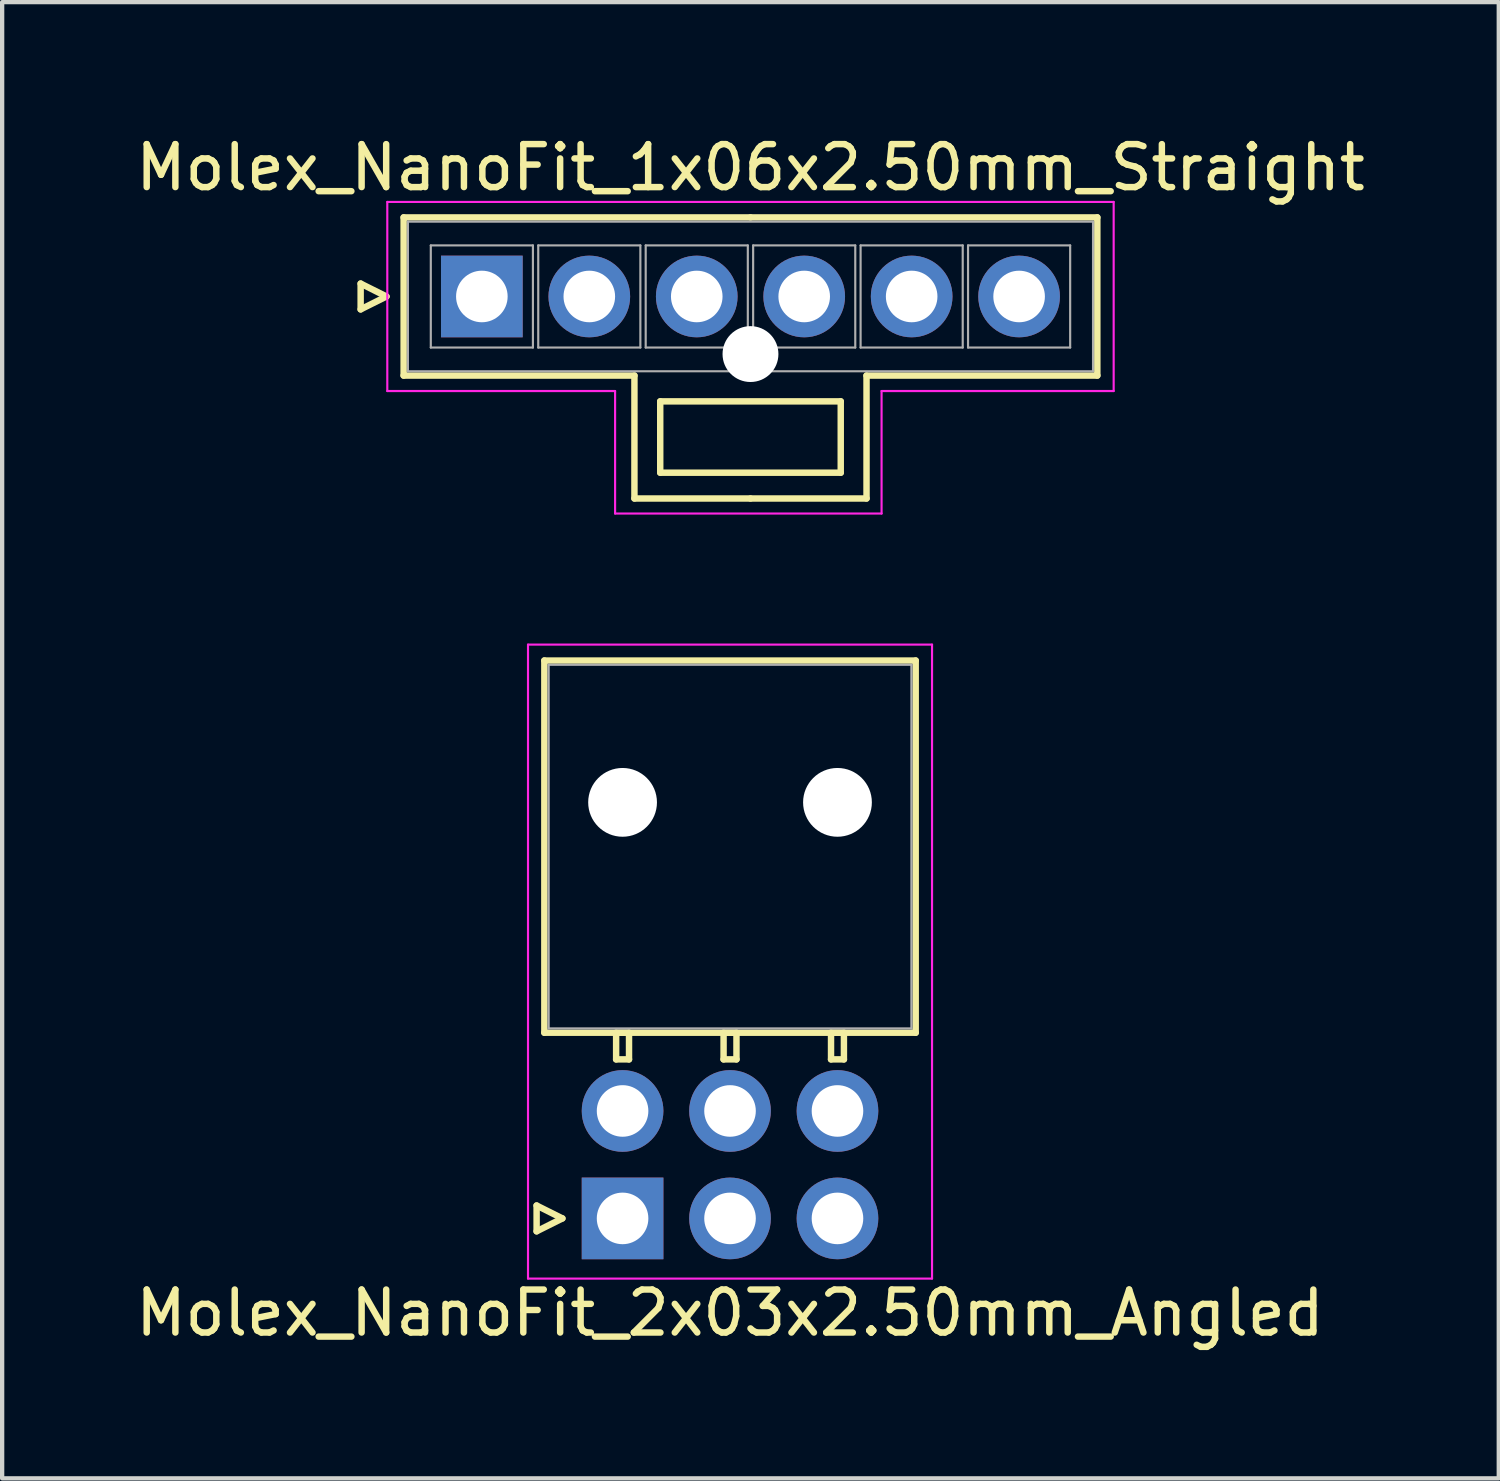
<source format=kicad_pcb>
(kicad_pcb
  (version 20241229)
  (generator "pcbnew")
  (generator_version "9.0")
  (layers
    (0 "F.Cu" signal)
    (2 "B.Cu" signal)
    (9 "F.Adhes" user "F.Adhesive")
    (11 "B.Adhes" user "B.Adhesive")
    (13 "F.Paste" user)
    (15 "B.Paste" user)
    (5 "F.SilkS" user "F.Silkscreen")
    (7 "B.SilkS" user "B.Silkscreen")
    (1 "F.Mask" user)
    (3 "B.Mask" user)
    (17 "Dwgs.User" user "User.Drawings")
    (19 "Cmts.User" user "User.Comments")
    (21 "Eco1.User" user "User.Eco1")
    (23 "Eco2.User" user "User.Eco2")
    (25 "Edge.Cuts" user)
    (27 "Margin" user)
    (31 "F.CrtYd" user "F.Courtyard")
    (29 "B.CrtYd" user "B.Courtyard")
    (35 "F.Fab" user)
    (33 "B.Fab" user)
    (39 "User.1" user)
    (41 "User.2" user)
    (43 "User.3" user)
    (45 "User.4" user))
  (footprint "Molex_NanoFit_1x06x2.50mm_Straight"
    (layer "F.Cu")
    (at 8.161 3.848)
    (property "Reference" "Molex_NanoFit_1x06x2.50mm_Straight" (at 6.25 -3 0) (layer "F.SilkS") (effects (font (size 1 1) (thickness 0.15))))
    (attr through_hole)
    (fp_line (start -2.82 -0.3) (end -2.22 0) (stroke (width 0.15) (type solid)) (layer "F.SilkS"))
    (fp_line (start -2.82 0.3) (end -2.82 -0.3) (stroke (width 0.15) (type solid)) (layer "F.SilkS"))
    (fp_line (start -2.22 0) (end -2.82 0.3) (stroke (width 0.15) (type solid)) (layer "F.SilkS"))
    (fp_line (start -1.82 -1.84) (end -1.82 1.84) (stroke (width 0.15) (type solid)) (layer "F.SilkS"))
    (fp_line (start -1.82 1.84) (end 3.55 1.84) (stroke (width 0.15) (type solid)) (layer "F.SilkS"))
    (fp_line (start 3.55 1.84) (end 3.55 4.7) (stroke (width 0.15) (type solid)) (layer "F.SilkS"))
    (fp_line (start 3.55 4.7) (end 6.25 4.7) (stroke (width 0.15) (type solid)) (layer "F.SilkS"))
    (fp_line (start 4.15 2.44) (end 4.15 4.1) (stroke (width 0.15) (type solid)) (layer "F.SilkS"))
    (fp_line (start 4.15 4.1) (end 8.35 4.1) (stroke (width 0.15) (type solid)) (layer "F.SilkS"))
    (fp_line (start 6.25 -1.84) (end -1.82 -1.84) (stroke (width 0.15) (type solid)) (layer "F.SilkS"))
    (fp_line (start 6.25 -1.84) (end 14.32 -1.84) (stroke (width 0.15) (type solid)) (layer "F.SilkS"))
    (fp_line (start 8.35 2.44) (end 4.15 2.44) (stroke (width 0.15) (type solid)) (layer "F.SilkS"))
    (fp_line (start 8.35 4.1) (end 8.35 2.44) (stroke (width 0.15) (type solid)) (layer "F.SilkS"))
    (fp_line (start 8.95 1.84) (end 8.95 4.7) (stroke (width 0.15) (type solid)) (layer "F.SilkS"))
    (fp_line (start 8.95 4.7) (end 6.25 4.7) (stroke (width 0.15) (type solid)) (layer "F.SilkS"))
    (fp_line (start 14.32 -1.84) (end 14.32 1.84) (stroke (width 0.15) (type solid)) (layer "F.SilkS"))
    (fp_line (start 14.32 1.84) (end 8.95 1.84) (stroke (width 0.15) (type solid)) (layer "F.SilkS"))
    (fp_line (start -2.2 -2.2) (end -2.2 2.2) (stroke (width 0.05) (type solid)) (layer "F.CrtYd"))
    (fp_line (start -2.2 2.2) (end 3.1 2.2) (stroke (width 0.05) (type solid)) (layer "F.CrtYd"))
    (fp_line (start 3.1 2.2) (end 3.1 5.05) (stroke (width 0.05) (type solid)) (layer "F.CrtYd"))
    (fp_line (start 3.1 5.05) (end 9.3 5.05) (stroke (width 0.05) (type solid)) (layer "F.CrtYd"))
    (fp_line (start 9.3 2.2) (end 14.7 2.2) (stroke (width 0.05) (type solid)) (layer "F.CrtYd"))
    (fp_line (start 9.3 5.05) (end 9.3 2.2) (stroke (width 0.05) (type solid)) (layer "F.CrtYd"))
    (fp_line (start 14.7 -2.2) (end -2.2 -2.2) (stroke (width 0.05) (type solid)) (layer "F.CrtYd"))
    (fp_line (start 14.7 2.2) (end 14.7 -2.2) (stroke (width 0.05) (type solid)) (layer "F.CrtYd"))
    (fp_line (start -1.72 -1.74) (end -1.72 1.74) (stroke (width 0.05) (type solid)) (layer "F.Fab"))
    (fp_line (start -1.72 1.74) (end 14.22 1.74) (stroke (width 0.05) (type solid)) (layer "F.Fab"))
    (fp_line (start -1.188 -1.188) (end -1.188 1.188) (stroke (width 0.05) (type solid)) (layer "F.Fab"))
    (fp_line (start -1.188 1.188) (end 1.188 1.188) (stroke (width 0.05) (type solid)) (layer "F.Fab"))
    (fp_line (start 1.188 -1.188) (end -1.188 -1.188) (stroke (width 0.05) (type solid)) (layer "F.Fab"))
    (fp_line (start 1.188 1.188) (end 1.188 -1.188) (stroke (width 0.05) (type solid)) (layer "F.Fab"))
    (fp_line (start 1.312 -1.188) (end 1.312 1.188) (stroke (width 0.05) (type solid)) (layer "F.Fab"))
    (fp_line (start 1.312 1.188) (end 3.688 1.188) (stroke (width 0.05) (type solid)) (layer "F.Fab"))
    (fp_line (start 3.688 -1.188) (end 1.312 -1.188) (stroke (width 0.05) (type solid)) (layer "F.Fab"))
    (fp_line (start 3.688 1.188) (end 3.688 -1.188) (stroke (width 0.05) (type solid)) (layer "F.Fab"))
    (fp_line (start 3.812 -1.188) (end 3.812 1.188) (stroke (width 0.05) (type solid)) (layer "F.Fab"))
    (fp_line (start 3.812 1.188) (end 6.188 1.188) (stroke (width 0.05) (type solid)) (layer "F.Fab"))
    (fp_line (start 6.188 -1.188) (end 3.812 -1.188) (stroke (width 0.05) (type solid)) (layer "F.Fab"))
    (fp_line (start 6.188 1.188) (end 6.188 -1.188) (stroke (width 0.05) (type solid)) (layer "F.Fab"))
    (fp_line (start 6.312 -1.188) (end 6.312 1.188) (stroke (width 0.05) (type solid)) (layer "F.Fab"))
    (fp_line (start 6.312 1.188) (end 8.688 1.188) (stroke (width 0.05) (type solid)) (layer "F.Fab"))
    (fp_line (start 8.688 -1.188) (end 6.312 -1.188) (stroke (width 0.05) (type solid)) (layer "F.Fab"))
    (fp_line (start 8.688 1.188) (end 8.688 -1.188) (stroke (width 0.05) (type solid)) (layer "F.Fab"))
    (fp_line (start 8.812 -1.188) (end 8.812 1.188) (stroke (width 0.05) (type solid)) (layer "F.Fab"))
    (fp_line (start 8.812 1.188) (end 11.188 1.188) (stroke (width 0.05) (type solid)) (layer "F.Fab"))
    (fp_line (start 11.188 -1.188) (end 8.812 -1.188) (stroke (width 0.05) (type solid)) (layer "F.Fab"))
    (fp_line (start 11.188 1.188) (end 11.188 -1.188) (stroke (width 0.05) (type solid)) (layer "F.Fab"))
    (fp_line (start 11.312 -1.188) (end 11.312 1.188) (stroke (width 0.05) (type solid)) (layer "F.Fab"))
    (fp_line (start 11.312 1.188) (end 13.688 1.188) (stroke (width 0.05) (type solid)) (layer "F.Fab"))
    (fp_line (start 13.688 -1.188) (end 11.312 -1.188) (stroke (width 0.05) (type solid)) (layer "F.Fab"))
    (fp_line (start 13.688 1.188) (end 13.688 -1.188) (stroke (width 0.05) (type solid)) (layer "F.Fab"))
    (fp_line (start 14.22 -1.74) (end -1.72 -1.74) (stroke (width 0.05) (type solid)) (layer "F.Fab"))
    (fp_line (start 14.22 1.74) (end 14.22 -1.74) (stroke (width 0.05) (type solid)) (layer "F.Fab"))
    (pad "" np_thru_hole circle (at 6.25 1.34) (size 1.3 1.3) (drill 1.3) (layers "*.Cu"))
    (pad "1" thru_hole rect (at 0 0) (size 1.9 1.9) (drill 1.2) (layers "*.Cu" "*.Mask"))
    (pad "2" thru_hole circle (at 2.5 0) (size 1.9 1.9) (drill 1.2) (layers "*.Cu" "*.Mask"))
    (pad "3" thru_hole circle (at 5 0) (size 1.9 1.9) (drill 1.2) (layers "*.Cu" "*.Mask"))
    (pad "4" thru_hole circle (at 7.5 0) (size 1.9 1.9) (drill 1.2) (layers "*.Cu" "*.Mask"))
    (pad "5" thru_hole circle (at 10 0) (size 1.9 1.9) (drill 1.2) (layers "*.Cu" "*.Mask"))
    (pad "6" thru_hole circle (at 12.5 0) (size 1.9 1.9) (drill 1.2) (layers "*.Cu" "*.Mask")))
  (footprint "Molex_NanoFit_2x03x2.50mm_Angled"
    (layer "F.Cu")
    (at 11.435 25.298)
    (property "Reference" "Molex_NanoFit_2x03x2.50mm_Angled" (at 2.5 2.2 0) (layer "F.SilkS") (effects (font (size 1 1) (thickness 0.15))))
    (attr through_hole)
    (fp_line (start -2 -0.3) (end -1.4 0) (stroke (width 0.15) (type solid)) (layer "F.SilkS"))
    (fp_line (start -2 0.3) (end -2 -0.3) (stroke (width 0.15) (type solid)) (layer "F.SilkS"))
    (fp_line (start -1.82 -12.98) (end -1.82 -4.32) (stroke (width 0.15) (type solid)) (layer "F.SilkS"))
    (fp_line (start -1.82 -4.32) (end 6.82 -4.32) (stroke (width 0.15) (type solid)) (layer "F.SilkS"))
    (fp_line (start -1.4 0) (end -2 0.3) (stroke (width 0.15) (type solid)) (layer "F.SilkS"))
    (fp_line (start -0.15 -4.32) (end -0.15 -3.7) (stroke (width 0.15) (type solid)) (layer "F.SilkS"))
    (fp_line (start -0.15 -3.7) (end 0.15 -3.7) (stroke (width 0.15) (type solid)) (layer "F.SilkS"))
    (fp_line (start 0.15 -4.32) (end -0.15 -4.32) (stroke (width 0.15) (type solid)) (layer "F.SilkS"))
    (fp_line (start 0.15 -3.7) (end 0.15 -4.32) (stroke (width 0.15) (type solid)) (layer "F.SilkS"))
    (fp_line (start 2.35 -4.32) (end 2.35 -3.7) (stroke (width 0.15) (type solid)) (layer "F.SilkS"))
    (fp_line (start 2.35 -3.7) (end 2.65 -3.7) (stroke (width 0.15) (type solid)) (layer "F.SilkS"))
    (fp_line (start 2.65 -4.32) (end 2.35 -4.32) (stroke (width 0.15) (type solid)) (layer "F.SilkS"))
    (fp_line (start 2.65 -3.7) (end 2.65 -4.32) (stroke (width 0.15) (type solid)) (layer "F.SilkS"))
    (fp_line (start 4.85 -4.32) (end 4.85 -3.7) (stroke (width 0.15) (type solid)) (layer "F.SilkS"))
    (fp_line (start 4.85 -3.7) (end 5.15 -3.7) (stroke (width 0.15) (type solid)) (layer "F.SilkS"))
    (fp_line (start 5.15 -4.32) (end 4.85 -4.32) (stroke (width 0.15) (type solid)) (layer "F.SilkS"))
    (fp_line (start 5.15 -3.7) (end 5.15 -4.32) (stroke (width 0.15) (type solid)) (layer "F.SilkS"))
    (fp_line (start 6.82 -12.98) (end -1.82 -12.98) (stroke (width 0.15) (type solid)) (layer "F.SilkS"))
    (fp_line (start 6.82 -4.32) (end 6.82 -12.98) (stroke (width 0.15) (type solid)) (layer "F.SilkS"))
    (fp_line (start -2.2 -13.35) (end -2.2 1.4) (stroke (width 0.05) (type solid)) (layer "F.CrtYd"))
    (fp_line (start -2.2 1.4) (end 7.2 1.4) (stroke (width 0.05) (type solid)) (layer "F.CrtYd"))
    (fp_line (start 7.2 -13.35) (end -2.2 -13.35) (stroke (width 0.05) (type solid)) (layer "F.CrtYd"))
    (fp_line (start 7.2 1.4) (end 7.2 -13.35) (stroke (width 0.05) (type solid)) (layer "F.CrtYd"))
    (fp_line (start -1.72 -12.88) (end -1.72 -4.42) (stroke (width 0.05) (type solid)) (layer "F.Fab"))
    (fp_line (start -1.72 -4.42) (end 6.72 -4.42) (stroke (width 0.05) (type solid)) (layer "F.Fab"))
    (fp_line (start 6.72 -12.88) (end -1.72 -12.88) (stroke (width 0.05) (type solid)) (layer "F.Fab"))
    (fp_line (start 6.72 -4.42) (end 6.72 -12.88) (stroke (width 0.05) (type solid)) (layer "F.Fab"))
    (pad "" np_thru_hole circle (at 0 -9.68) (size 1.6 1.6) (drill 1.6) (layers "*.Cu"))
    (pad "" np_thru_hole circle (at 5 -9.68) (size 1.6 1.6) (drill 1.6) (layers "*.Cu"))
    (pad "1" thru_hole rect (at 0 0) (size 1.9 1.9) (drill 1.2) (layers "*.Cu" "*.Mask"))
    (pad "2" thru_hole circle (at 2.5 0) (size 1.9 1.9) (drill 1.2) (layers "*.Cu" "*.Mask"))
    (pad "3" thru_hole circle (at 5 0) (size 1.9 1.9) (drill 1.2) (layers "*.Cu" "*.Mask"))
    (pad "4" thru_hole circle (at 0 -2.5) (size 1.9 1.9) (drill 1.2) (layers "*.Cu" "*.Mask"))
    (pad "5" thru_hole circle (at 2.5 -2.5) (size 1.9 1.9) (drill 1.2) (layers "*.Cu" "*.Mask"))
    (pad "6" thru_hole circle (at 5 -2.5) (size 1.9 1.9) (drill 1.2) (layers "*.Cu" "*.Mask")))
  (gr_rect
    (start -3 -3)
    (end 31.821 31.346)
    (stroke (width 0.1) (type default))
    (fill no)
    (layer "Edge.Cuts")))
</source>
